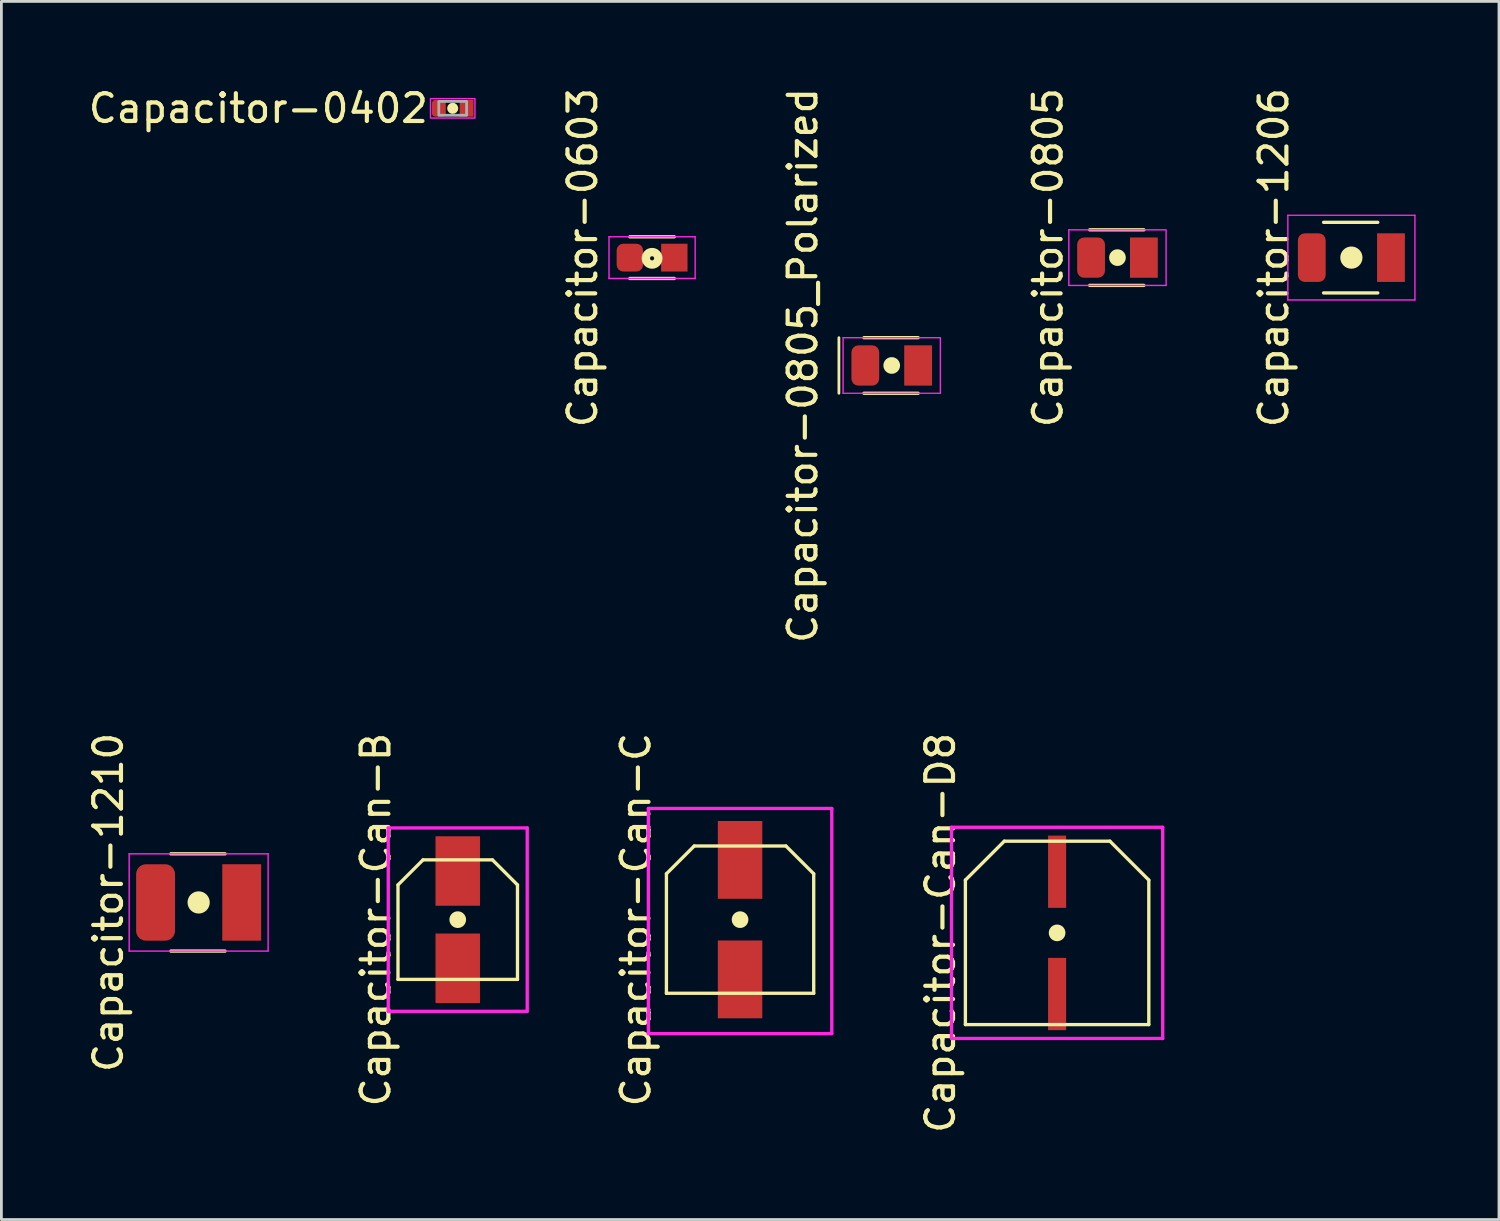
<source format=kicad_pcb>
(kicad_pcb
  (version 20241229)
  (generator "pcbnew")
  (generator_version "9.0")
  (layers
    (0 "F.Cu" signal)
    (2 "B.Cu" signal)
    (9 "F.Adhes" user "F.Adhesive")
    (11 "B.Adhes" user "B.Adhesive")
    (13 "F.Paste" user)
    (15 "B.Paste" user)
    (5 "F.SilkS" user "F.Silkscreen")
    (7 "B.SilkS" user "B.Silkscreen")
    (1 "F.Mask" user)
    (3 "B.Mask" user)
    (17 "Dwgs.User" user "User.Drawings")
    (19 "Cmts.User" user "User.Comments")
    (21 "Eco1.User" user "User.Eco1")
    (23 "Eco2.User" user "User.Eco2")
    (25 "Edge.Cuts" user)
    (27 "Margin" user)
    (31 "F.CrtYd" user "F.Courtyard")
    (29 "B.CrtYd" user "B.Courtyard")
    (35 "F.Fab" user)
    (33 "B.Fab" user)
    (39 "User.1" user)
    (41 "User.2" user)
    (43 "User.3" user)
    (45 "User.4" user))
  (footprint "Capacitor-1206"
    (layer "F.Cu")
    (at 45.577 6.22)
    (property "Reference" "Capacitor-1206" (at -2.794 0 90) (layer "F.SilkS") (effects (font (size 1 1) (thickness 0.15))))
    (attr smd)
    (fp_line (start 0.95 -1.27) (end -1 -1.27) (stroke (width 0.12) (type solid)) (layer "F.SilkS"))
    (fp_line (start 0.95 1.27) (end -1 1.27) (stroke (width 0.12) (type solid)) (layer "F.SilkS"))
    (fp_circle (center 0 0) (end 0.2 0) (stroke (width 0.4) (type solid)) (fill no) (layer "F.SilkS"))
    (fp_line (start -2.286 -1.524) (end 2.286 -1.524) (stroke (width 0.05) (type solid)) (layer "F.CrtYd"))
    (fp_line (start -2.286 1.524) (end -2.286 -1.524) (stroke (width 0.05) (type solid)) (layer "F.CrtYd"))
    (fp_line (start 2.286 -1.524) (end 2.286 1.524) (stroke (width 0.05) (type solid)) (layer "F.CrtYd"))
    (fp_line (start 2.286 1.524) (end -2.286 1.524) (stroke (width 0.05) (type solid)) (layer "F.CrtYd"))
    (pad "1" smd roundrect (at -1.425 0) (size 1 1.75) (layers "F.Cu" "F.Mask" "F.Paste") (roundrect_rratio 0.25))
    (pad "2" smd rect (at 1.425 0) (size 1 1.75) (layers "F.Cu" "F.Mask" "F.Paste")))
  (footprint "Capacitor-Can-D8"
    (layer "F.Cu")
    (at 34.988 30.518)
    (property "Reference" "Capacitor-Can-D8" (at -4.2 0 90) (layer "F.SilkS") (effects (font (size 1 1) (thickness 0.15))))
    (attr through_hole)
    (fp_line (start -3.3 -1.9) (end -1.9 -3.3) (stroke (width 0.12) (type solid)) (layer "F.SilkS"))
    (fp_line (start -3.3 3.3) (end -3.3 -1.9) (stroke (width 0.12) (type solid)) (layer "F.SilkS"))
    (fp_line (start -1.9 -3.3) (end 1.9 -3.3) (stroke (width 0.12) (type solid)) (layer "F.SilkS"))
    (fp_line (start 3.3 -1.9) (end 1.9 -3.3) (stroke (width 0.12) (type solid)) (layer "F.SilkS"))
    (fp_line (start 3.3 -1.9) (end 3.3 3.3) (stroke (width 0.12) (type solid)) (layer "F.SilkS"))
    (fp_line (start 3.3 3.3) (end -3.3 3.3) (stroke (width 0.12) (type solid)) (layer "F.SilkS"))
    (fp_circle (center 0 0) (end 0.15 0) (stroke (width 0.3) (type solid)) (fill no) (layer "F.SilkS"))
    (fp_line (start -3.8 -3.8) (end -3.8 3.8) (stroke (width 0.12) (type solid)) (layer "F.CrtYd"))
    (fp_line (start -3.8 3.8) (end 3.8 3.8) (stroke (width 0.12) (type solid)) (layer "F.CrtYd"))
    (fp_line (start 3.8 -3.8) (end -3.8 -3.8) (stroke (width 0.12) (type solid)) (layer "F.CrtYd"))
    (fp_line (start 3.8 3.8) (end 3.8 -3.8) (stroke (width 0.12) (type solid)) (layer "F.CrtYd"))
    (pad "A" smd rect (at 0 -2.2) (size 0.65 2.6) (layers "F.Cu" "F.Mask" "F.Paste"))
    (pad "C" smd rect (at 0 2.2) (size 0.65 2.6) (layers "F.Cu" "F.Mask" "F.Paste")))
  (footprint "Capacitor-0805_Polarized"
    (layer "F.Cu")
    (at 29.037 10.101)
    (property "Reference" "Capacitor-0805_Polarized" (at -3.2 0 90) (layer "F.SilkS") (effects (font (size 1 1) (thickness 0.15))))
    (attr smd)
    (fp_line (start -1.9 -1) (end -1.9 1) (stroke (width 0.1) (type default)) (layer "F.SilkS"))
    (fp_line (start 0.95 -1) (end -1 -1) (stroke (width 0.12) (type solid)) (layer "F.SilkS"))
    (fp_line (start 0.95 1) (end -1 1) (stroke (width 0.12) (type solid)) (layer "F.SilkS"))
    (fp_circle (center 0 0) (end 0.15 0) (stroke (width 0.3) (type solid)) (fill no) (layer "F.SilkS"))
    (fp_line (start -1.75 -1) (end 1.725 -1) (stroke (width 0.05) (type solid)) (layer "F.CrtYd"))
    (fp_line (start -1.75 1) (end -1.75 -1) (stroke (width 0.05) (type solid)) (layer "F.CrtYd"))
    (fp_line (start 1.75 -1) (end 1.75 1) (stroke (width 0.05) (type solid)) (layer "F.CrtYd"))
    (fp_line (start 1.75 1) (end -1.75 1) (stroke (width 0.05) (type solid)) (layer "F.CrtYd"))
    (pad "A" smd roundrect (at -0.95 0) (size 1 1.45) (layers "F.Cu" "F.Mask" "F.Paste") (roundrect_rratio 0.25))
    (pad "C" smd rect (at 0.95 0) (size 1 1.45) (layers "F.Cu" "F.Mask" "F.Paste")))
  (footprint "Capacitor-Can-C"
    (layer "F.Cu")
    (at 23.58 30.042)
    (property "Reference" "Capacitor-Can-C" (at -3.75 0 90) (layer "F.SilkS") (effects (font (size 1 1) (thickness 0.15))))
    (attr through_hole)
    (fp_line (start -2.65 -1.65) (end -1.65 -2.65) (stroke (width 0.12) (type solid)) (layer "F.SilkS"))
    (fp_line (start -2.65 2.65) (end -2.65 -1.65) (stroke (width 0.12) (type solid)) (layer "F.SilkS"))
    (fp_line (start -1.65 -2.65) (end 1.65 -2.65) (stroke (width 0.12) (type solid)) (layer "F.SilkS"))
    (fp_line (start 2.65 -1.65) (end 1.65 -2.65) (stroke (width 0.12) (type solid)) (layer "F.SilkS"))
    (fp_line (start 2.65 -1.65) (end 2.65 2.65) (stroke (width 0.12) (type solid)) (layer "F.SilkS"))
    (fp_line (start 2.65 2.65) (end -2.65 2.65) (stroke (width 0.12) (type solid)) (layer "F.SilkS"))
    (fp_circle (center 0 0) (end 0.15 0) (stroke (width 0.3) (type solid)) (fill no) (layer "F.SilkS"))
    (fp_line (start -3.3 -4) (end -3.3 4.1) (stroke (width 0.12) (type solid)) (layer "F.CrtYd"))
    (fp_line (start -3.3 4.1) (end 3.3 4.1) (stroke (width 0.12) (type solid)) (layer "F.CrtYd"))
    (fp_line (start 3.3 -4) (end -3.3 -4) (stroke (width 0.12) (type solid)) (layer "F.CrtYd"))
    (fp_line (start 3.3 4.1) (end 3.3 -4) (stroke (width 0.12) (type solid)) (layer "F.CrtYd"))
    (pad "A" smd rect (at 0 -2.15) (size 1.6 2.8) (layers "F.Cu" "F.Mask" "F.Paste"))
    (pad "C" smd rect (at 0 2.15) (size 1.6 2.8) (layers "F.Cu" "F.Mask" "F.Paste")))
  (footprint "Capacitor-1210"
    (layer "F.Cu")
    (at 4.098 29.423)
    (property "Reference" "Capacitor-1210" (at -3.25 0 90) (layer "F.SilkS") (effects (font (size 1 1) (thickness 0.15))))
    (attr smd)
    (fp_line (start 0.95 -1.75) (end -1 -1.75) (stroke (width 0.12) (type solid)) (layer "F.SilkS"))
    (fp_line (start 0.95 1.75) (end -1 1.75) (stroke (width 0.12) (type solid)) (layer "F.SilkS"))
    (fp_circle (center 0 0) (end 0.2 0) (stroke (width 0.4) (type solid)) (fill no) (layer "F.SilkS"))
    (fp_line (start -2.5 -1.75) (end 2.5 -1.75) (stroke (width 0.05) (type solid)) (layer "F.CrtYd"))
    (fp_line (start -2.5 1.75) (end -2.5 -1.75) (stroke (width 0.05) (type solid)) (layer "F.CrtYd"))
    (fp_line (start 2.5 -1.75) (end 2.5 1.75) (stroke (width 0.05) (type solid)) (layer "F.CrtYd"))
    (fp_line (start 2.5 1.75) (end -2.5 1.75) (stroke (width 0.05) (type solid)) (layer "F.CrtYd"))
    (pad "1" smd roundrect (at -1.55 0) (size 1.4 2.75) (layers "F.Cu" "F.Mask" "F.Paste") (roundrect_rratio 0.25))
    (pad "2" smd rect (at 1.55 0) (size 1.4 2.75) (layers "F.Cu" "F.Mask" "F.Paste")))
  (footprint "Capacitor-0402"
    (layer "F.Cu")
    (at 13.24 0.848)
    (property "Reference" "Capacitor-0402" (at -0.8 0 180) (layer "F.SilkS") (effects (font (size 1 1) (thickness 0.15)) (justify right)))
    (attr smd)
    (fp_circle (center 0 0) (end 0.000001 0) (stroke (width 0.2) (type solid)) (fill no) (layer "F.SilkS"))
    (fp_rect (start -0.8 -0.35) (end 0.8 0.35) (stroke (width 0.05) (type solid)) (fill no) (layer "F.CrtYd"))
    (fp_rect (start -0.5 -0.25) (end 0.5 0.25) (stroke (width 0.1) (type solid)) (fill no) (layer "F.Fab"))
    (pad "1" smd roundrect (at -0.5 0) (size 0.5 0.6) (layers "F.Cu" "F.Mask" "F.Paste") (roundrect_rratio 0.25))
    (pad "2" smd rect (at 0.5 0) (size 0.5 0.6) (layers "F.Cu" "F.Mask" "F.Paste")))
  (footprint "Capacitor-0805"
    (layer "F.Cu")
    (at 37.16 6.22)
    (property "Reference" "Capacitor-0805" (at -2.5 0 90) (layer "F.SilkS") (effects (font (size 1 1) (thickness 0.15))))
    (attr smd)
    (fp_line (start 0.95 -1) (end -1 -1) (stroke (width 0.12) (type solid)) (layer "F.SilkS"))
    (fp_line (start 0.95 1) (end -1 1) (stroke (width 0.12) (type solid)) (layer "F.SilkS"))
    (fp_circle (center 0 0) (end 0.15 0) (stroke (width 0.3) (type solid)) (fill no) (layer "F.SilkS"))
    (fp_line (start -1.75 -1) (end 1.725 -1) (stroke (width 0.05) (type solid)) (layer "F.CrtYd"))
    (fp_line (start -1.75 1) (end -1.75 -1) (stroke (width 0.05) (type solid)) (layer "F.CrtYd"))
    (fp_line (start 1.75 -1) (end 1.75 1) (stroke (width 0.05) (type solid)) (layer "F.CrtYd"))
    (fp_line (start 1.75 1) (end -1.75 1) (stroke (width 0.05) (type solid)) (layer "F.CrtYd"))
    (pad "1" smd roundrect (at -0.95 0) (size 1 1.45) (layers "F.Cu" "F.Mask" "F.Paste") (roundrect_rratio 0.25))
    (pad "2" smd rect (at 0.95 0) (size 1 1.45) (layers "F.Cu" "F.Mask" "F.Paste")))
  (footprint "Capacitor-Can-B"
    (layer "F.Cu")
    (at 13.421 30.042)
    (property "Reference" "Capacitor-Can-B" (at -2.95 0 90) (layer "F.SilkS") (effects (font (size 1 1) (thickness 0.15))))
    (attr smd)
    (fp_line (start -2.15 -1.25) (end -1.25 -2.15) (stroke (width 0.12) (type solid)) (layer "F.SilkS"))
    (fp_line (start -2.15 2.15) (end -2.15 -1.25) (stroke (width 0.12) (type solid)) (layer "F.SilkS"))
    (fp_line (start -1.25 -2.15) (end 1.25 -2.15) (stroke (width 0.12) (type solid)) (layer "F.SilkS"))
    (fp_line (start 1.25 -2.15) (end 2.15 -1.25) (stroke (width 0.12) (type solid)) (layer "F.SilkS"))
    (fp_line (start 2.15 -1.25) (end 2.15 2.15) (stroke (width 0.12) (type solid)) (layer "F.SilkS"))
    (fp_line (start 2.15 2.15) (end -2.15 2.15) (stroke (width 0.12) (type solid)) (layer "F.SilkS"))
    (fp_circle (center 0 0) (end 0.15 0) (stroke (width 0.3) (type solid)) (fill no) (layer "F.SilkS"))
    (fp_line (start -2.5 -3.3) (end -2.5 3.3) (stroke (width 0.12) (type solid)) (layer "F.CrtYd"))
    (fp_line (start -2.5 3.3) (end 2.5 3.3) (stroke (width 0.12) (type solid)) (layer "F.CrtYd"))
    (fp_line (start 2.5 -3.3) (end -2.5 -3.3) (stroke (width 0.12) (type solid)) (layer "F.CrtYd"))
    (fp_line (start 2.5 3.3) (end 2.5 -3.3) (stroke (width 0.12) (type solid)) (layer "F.CrtYd"))
    (pad "A" smd rect (at 0 -1.75) (size 1.6 2.5) (layers "F.Cu" "F.Mask" "F.Paste"))
    (pad "C" smd rect (at 0 1.75) (size 1.6 2.5) (layers "F.Cu" "F.Mask" "F.Paste")))
  (footprint "Capacitor-0603"
    (layer "F.Cu")
    (at 20.414 6.245)
    (property "Reference" "Capacitor-0603" (at -2.5 -0.025 90) (layer "F.SilkS") (effects (font (size 1 1) (thickness 0.15))))
    (attr smd)
    (fp_line (start -0.8 0.725) (end 0.8 0.725) (stroke (width 0.12) (type solid)) (layer "F.SilkS"))
    (fp_line (start 0.8 -0.775) (end -0.8 -0.775) (stroke (width 0.12) (type solid)) (layer "F.SilkS"))
    (fp_circle (center 0 0) (end 0.075 0) (stroke (width 0.3) (type solid)) (fill no) (layer "F.SilkS"))
    (fp_line (start -1.55 -0.775) (end 1.55 -0.775) (stroke (width 0.05) (type solid)) (layer "F.CrtYd"))
    (fp_line (start -1.55 0.725) (end -1.55 -0.775) (stroke (width 0.05) (type solid)) (layer "F.CrtYd"))
    (fp_line (start 1.55 -0.775) (end 1.55 0.725) (stroke (width 0.05) (type solid)) (layer "F.CrtYd"))
    (fp_line (start 1.55 0.725) (end -1.55 0.725) (stroke (width 0.05) (type solid)) (layer "F.CrtYd"))
    (pad "1" smd roundrect (at -0.8 -0.025) (size 0.95 1) (layers "F.Cu" "F.Mask" "F.Paste") (roundrect_rratio 0.25))
    (pad "2" smd rect (at 0.8 -0.025) (size 0.95 1) (layers "F.Cu" "F.Mask" "F.Paste")))
  (gr_rect
    (start -3 -3)
    (end 50.888 40.833)
    (stroke (width 0.1) (type default))
    (fill no)
    (layer "Edge.Cuts")))
</source>
